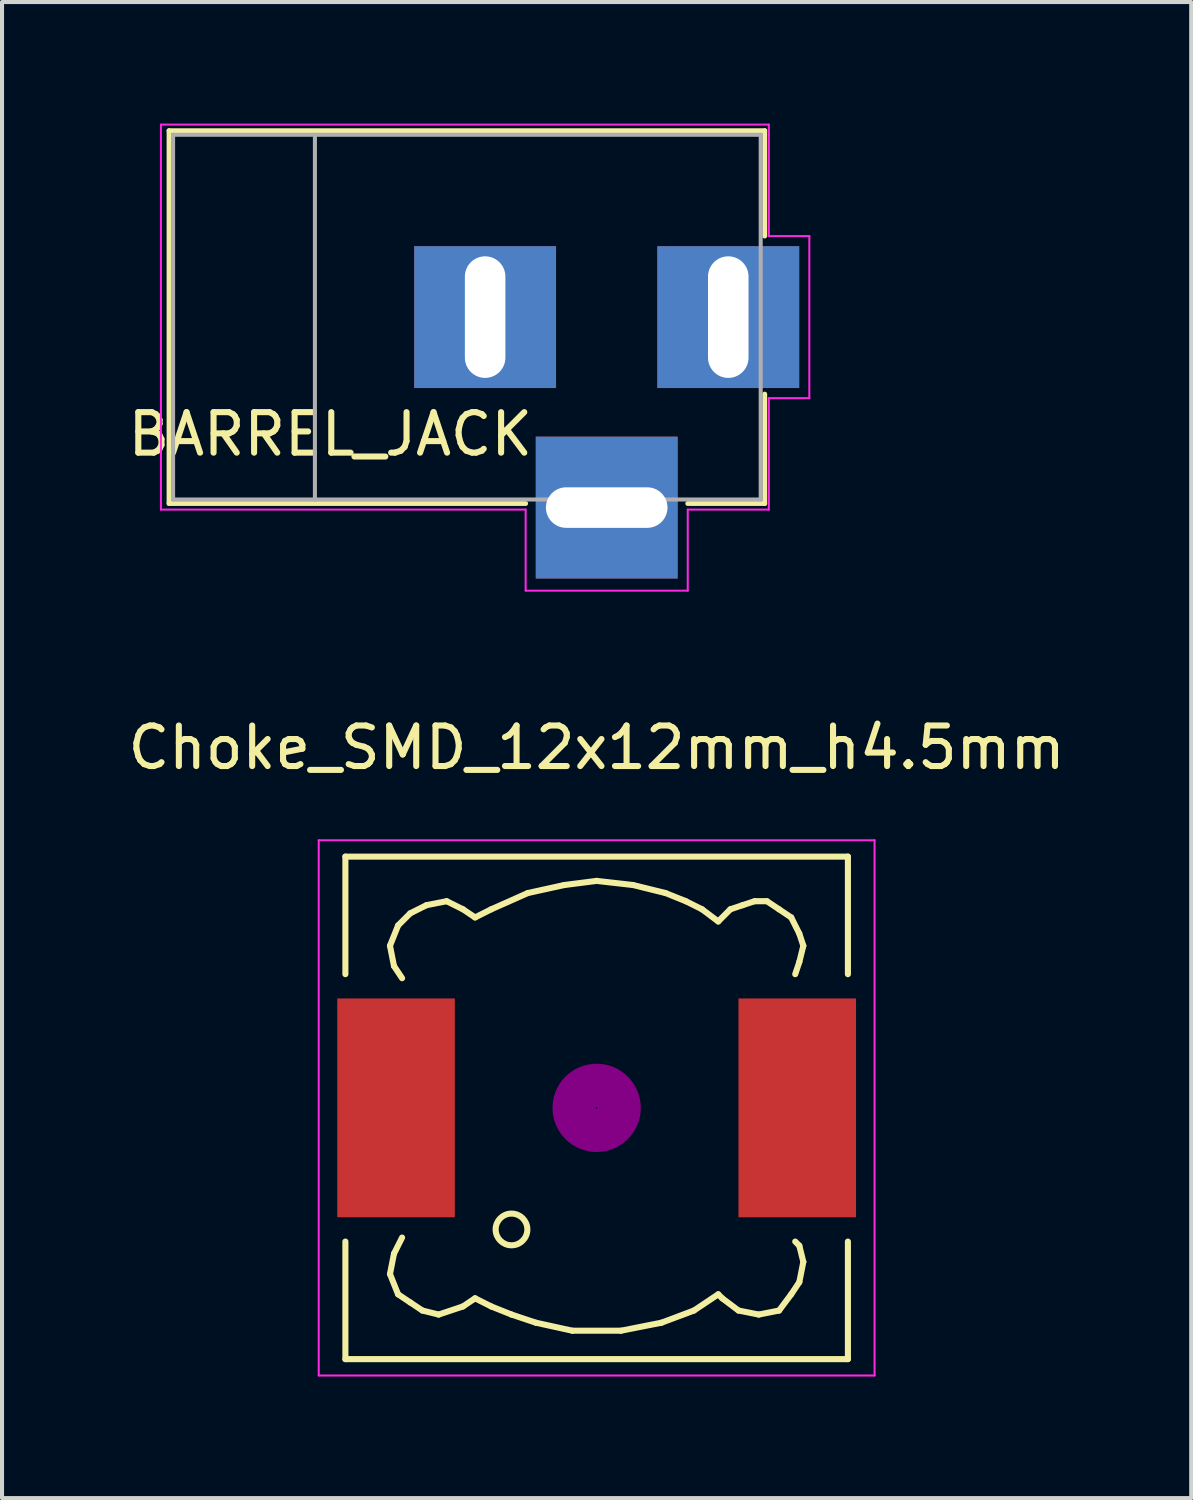
<source format=kicad_pcb>
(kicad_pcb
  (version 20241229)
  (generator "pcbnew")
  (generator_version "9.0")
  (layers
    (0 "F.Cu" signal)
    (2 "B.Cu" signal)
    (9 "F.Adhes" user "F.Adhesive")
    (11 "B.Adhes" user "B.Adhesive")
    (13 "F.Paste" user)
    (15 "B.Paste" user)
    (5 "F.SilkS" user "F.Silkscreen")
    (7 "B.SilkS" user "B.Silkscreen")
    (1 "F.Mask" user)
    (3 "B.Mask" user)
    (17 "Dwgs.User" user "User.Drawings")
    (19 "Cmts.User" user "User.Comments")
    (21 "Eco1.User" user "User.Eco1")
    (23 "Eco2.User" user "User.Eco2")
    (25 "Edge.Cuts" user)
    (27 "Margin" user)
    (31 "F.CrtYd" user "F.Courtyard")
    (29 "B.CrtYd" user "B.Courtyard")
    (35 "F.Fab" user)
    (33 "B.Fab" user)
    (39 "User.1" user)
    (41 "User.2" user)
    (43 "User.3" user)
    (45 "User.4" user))
  (footprint "Choke_SMD_12x12mm_h4.5mm"
    (layer "F.Cu")
    (at 11.673 24.288)
    (property "Reference" "Choke_SMD_12x12mm_h4.5mm" (at 0 -8.89 0) (layer "F.SilkS") (effects (font (size 1 1) (thickness 0.15))))
    (attr smd)
    (fp_line (start -6.2 -6.2) (end -6.2 -3.299) (stroke (width 0.15) (type solid)) (layer "F.SilkS"))
    (fp_line (start -6.2 3.299) (end -6.2 6.2) (stroke (width 0.15) (type solid)) (layer "F.SilkS"))
    (fp_line (start -6.2 6.2) (end 6.2 6.2) (stroke (width 0.15) (type solid)) (layer "F.SilkS"))
    (fp_line (start -5.1 -4) (end -5.001 -3.5) (stroke (width 0.15) (type solid)) (layer "F.SilkS"))
    (fp_line (start -5.1 4.1) (end -5.001 3.599) (stroke (width 0.15) (type solid)) (layer "F.SilkS"))
    (fp_line (start -5.001 -3.5) (end -4.801 -3.2) (stroke (width 0.15) (type solid)) (layer "F.SilkS"))
    (fp_line (start -5.001 3.599) (end -4.801 3.2) (stroke (width 0.15) (type solid)) (layer "F.SilkS"))
    (fp_line (start -4.9 -4.501) (end -5.1 -4) (stroke (width 0.15) (type solid)) (layer "F.SilkS"))
    (fp_line (start -4.9 4.6) (end -5.1 4.1) (stroke (width 0.15) (type solid)) (layer "F.SilkS"))
    (fp_line (start -4.6 -4.801) (end -4.9 -4.501) (stroke (width 0.15) (type solid)) (layer "F.SilkS"))
    (fp_line (start -4.6 4.801) (end -4.9 4.6) (stroke (width 0.15) (type solid)) (layer "F.SilkS"))
    (fp_line (start -4.3 5.001) (end -4.6 4.801) (stroke (width 0.15) (type solid)) (layer "F.SilkS"))
    (fp_line (start -4.201 -5.001) (end -4.6 -4.801) (stroke (width 0.15) (type solid)) (layer "F.SilkS"))
    (fp_line (start -3.899 5.1) (end -4.3 5.001) (stroke (width 0.15) (type solid)) (layer "F.SilkS"))
    (fp_line (start -3.701 -5.1) (end -4.201 -5.001) (stroke (width 0.15) (type solid)) (layer "F.SilkS"))
    (fp_line (start -3.299 -4.9) (end -3.701 -5.1) (stroke (width 0.15) (type solid)) (layer "F.SilkS"))
    (fp_line (start -3.299 4.9) (end -3.899 5.1) (stroke (width 0.15) (type solid)) (layer "F.SilkS"))
    (fp_line (start -3 -4.699) (end -3.299 -4.9) (stroke (width 0.15) (type solid)) (layer "F.SilkS"))
    (fp_line (start -3 4.699) (end -3.299 4.9) (stroke (width 0.15) (type solid)) (layer "F.SilkS"))
    (fp_line (start -2.601 -4.9) (end -3 -4.699) (stroke (width 0.15) (type solid)) (layer "F.SilkS"))
    (fp_line (start -2.601 4.9) (end -3 4.699) (stroke (width 0.15) (type solid)) (layer "F.SilkS"))
    (fp_line (start -2.101 5.1) (end -2.601 4.9) (stroke (width 0.15) (type solid)) (layer "F.SilkS"))
    (fp_line (start -1.699 -5.301) (end -2.601 -4.9) (stroke (width 0.15) (type solid)) (layer "F.SilkS"))
    (fp_line (start -1.501 5.301) (end -2.101 5.1) (stroke (width 0.15) (type solid)) (layer "F.SilkS"))
    (fp_line (start -0.8 -5.499) (end -1.699 -5.301) (stroke (width 0.15) (type solid)) (layer "F.SilkS"))
    (fp_line (start -0.599 5.499) (end -1.501 5.301) (stroke (width 0.15) (type solid)) (layer "F.SilkS"))
    (fp_line (start 0 -5.601) (end -0.8 -5.499) (stroke (width 0.15) (type solid)) (layer "F.SilkS"))
    (fp_line (start 0.599 5.499) (end -0.599 5.499) (stroke (width 0.15) (type solid)) (layer "F.SilkS"))
    (fp_line (start 0.899 -5.499) (end 0 -5.601) (stroke (width 0.15) (type solid)) (layer "F.SilkS"))
    (fp_line (start 1.6 5.301) (end 0.599 5.499) (stroke (width 0.15) (type solid)) (layer "F.SilkS"))
    (fp_line (start 1.699 -5.301) (end 0.899 -5.499) (stroke (width 0.15) (type solid)) (layer "F.SilkS"))
    (fp_line (start 2.2 -5.1) (end 1.699 -5.301) (stroke (width 0.15) (type solid)) (layer "F.SilkS"))
    (fp_line (start 2.4 5.001) (end 1.6 5.301) (stroke (width 0.15) (type solid)) (layer "F.SilkS"))
    (fp_line (start 2.601 -4.9) (end 2.2 -5.1) (stroke (width 0.15) (type solid)) (layer "F.SilkS"))
    (fp_line (start 3 -4.6) (end 2.601 -4.9) (stroke (width 0.15) (type solid)) (layer "F.SilkS"))
    (fp_line (start 3 4.6) (end 2.4 5.001) (stroke (width 0.15) (type solid)) (layer "F.SilkS"))
    (fp_line (start 3.099 4.699) (end 3 4.6) (stroke (width 0.15) (type solid)) (layer "F.SilkS"))
    (fp_line (start 3.299 -4.9) (end 3 -4.6) (stroke (width 0.15) (type solid)) (layer "F.SilkS"))
    (fp_line (start 3.5 5.001) (end 3.099 4.699) (stroke (width 0.15) (type solid)) (layer "F.SilkS"))
    (fp_line (start 3.599 -5.001) (end 3.299 -4.9) (stroke (width 0.15) (type solid)) (layer "F.SilkS"))
    (fp_line (start 3.899 -5.1) (end 3.599 -5.001) (stroke (width 0.15) (type solid)) (layer "F.SilkS"))
    (fp_line (start 4 5.1) (end 3.5 5.001) (stroke (width 0.15) (type solid)) (layer "F.SilkS"))
    (fp_line (start 4.201 -5.1) (end 3.899 -5.1) (stroke (width 0.15) (type solid)) (layer "F.SilkS"))
    (fp_line (start 4.501 -4.9) (end 4.201 -5.1) (stroke (width 0.15) (type solid)) (layer "F.SilkS"))
    (fp_line (start 4.501 5.001) (end 4 5.1) (stroke (width 0.15) (type solid)) (layer "F.SilkS"))
    (fp_line (start 4.801 -4.699) (end 4.501 -4.9) (stroke (width 0.15) (type solid)) (layer "F.SilkS"))
    (fp_line (start 4.801 4.6) (end 4.501 5.001) (stroke (width 0.15) (type solid)) (layer "F.SilkS"))
    (fp_line (start 4.9 -3.299) (end 5.001 -3.599) (stroke (width 0.15) (type solid)) (layer "F.SilkS"))
    (fp_line (start 4.9 3.299) (end 5.001 3.401) (stroke (width 0.15) (type solid)) (layer "F.SilkS"))
    (fp_line (start 5.001 -4.3) (end 4.801 -4.699) (stroke (width 0.15) (type solid)) (layer "F.SilkS"))
    (fp_line (start 5.001 -3.599) (end 5.1 -4) (stroke (width 0.15) (type solid)) (layer "F.SilkS"))
    (fp_line (start 5.001 3.401) (end 5.1 3.8) (stroke (width 0.15) (type solid)) (layer "F.SilkS"))
    (fp_line (start 5.001 4.3) (end 4.801 4.6) (stroke (width 0.15) (type solid)) (layer "F.SilkS"))
    (fp_line (start 5.1 -4) (end 5.001 -4.3) (stroke (width 0.15) (type solid)) (layer "F.SilkS"))
    (fp_line (start 5.1 3.8) (end 5.001 4.3) (stroke (width 0.15) (type solid)) (layer "F.SilkS"))
    (fp_line (start 6.2 -6.2) (end -6.2 -6.2) (stroke (width 0.15) (type solid)) (layer "F.SilkS"))
    (fp_line (start 6.2 -6.2) (end 6.2 -3.299) (stroke (width 0.15) (type solid)) (layer "F.SilkS"))
    (fp_line (start 6.2 6.2) (end 6.2 3.299) (stroke (width 0.15) (type solid)) (layer "F.SilkS"))
    (fp_circle (center -2.101 3) (end -1.801 3.251) (stroke (width 0.15) (type solid)) (fill no) (layer "F.SilkS"))
    (fp_circle (center 0 0) (end 0.15 0.15) (stroke (width 0.381) (type solid)) (fill no) (layer "F.Adhes"))
    (fp_circle (center 0 0) (end 0.551 0) (stroke (width 0.381) (type solid)) (fill no) (layer "F.Adhes"))
    (fp_circle (center 0 0) (end 0.899 0) (stroke (width 0.381) (type solid)) (fill no) (layer "F.Adhes"))
    (fp_line (start -6.858 -6.604) (end 6.858 -6.604) (stroke (width 0.05) (type solid)) (layer "F.CrtYd"))
    (fp_line (start -6.858 6.604) (end -6.858 -6.604) (stroke (width 0.05) (type solid)) (layer "F.CrtYd"))
    (fp_line (start 6.858 -6.604) (end 6.858 6.604) (stroke (width 0.05) (type solid)) (layer "F.CrtYd"))
    (fp_line (start 6.858 6.604) (end -6.858 6.604) (stroke (width 0.05) (type solid)) (layer "F.CrtYd"))
    (pad "1" smd rect (at -4.95 0) (size 2.901 5.4) (layers "F.Cu" "F.Mask" "F.Paste"))
    (pad "2" smd rect (at 4.95 0) (size 2.901 5.4) (layers "F.Cu" "F.Mask" "F.Paste")))
  (footprint "BARREL_JACK"
    (layer "F.Cu")
    (at 14.921 4.775)
    (property "Reference" "BARREL_JACK" (at -9.82 2.89 180) (layer "F.SilkS") (effects (font (size 1 1) (thickness 0.15))))
    (attr through_hole)
    (fp_line (start -13.8 -4.6) (end 0.9 -4.6) (stroke (width 0.12) (type solid)) (layer "F.SilkS"))
    (fp_line (start -13.8 4.6) (end -13.8 -4.6) (stroke (width 0.12) (type solid)) (layer "F.SilkS"))
    (fp_line (start -5 4.6) (end -13.8 4.6) (stroke (width 0.12) (type solid)) (layer "F.SilkS"))
    (fp_line (start 0.9 -4.6) (end 0.9 -2) (stroke (width 0.12) (type solid)) (layer "F.SilkS"))
    (fp_line (start 0.9 1.9) (end 0.9 4.6) (stroke (width 0.12) (type solid)) (layer "F.SilkS"))
    (fp_line (start 0.9 4.6) (end -1 4.6) (stroke (width 0.12) (type solid)) (layer "F.SilkS"))
    (fp_line (start -14 4.75) (end -14 -4.75) (stroke (width 0.05) (type solid)) (layer "F.CrtYd"))
    (fp_line (start -5 4.75) (end -14 4.75) (stroke (width 0.05) (type solid)) (layer "F.CrtYd"))
    (fp_line (start -5 6.75) (end -5 4.75) (stroke (width 0.05) (type solid)) (layer "F.CrtYd"))
    (fp_line (start -1 4.75) (end -1 6.75) (stroke (width 0.05) (type solid)) (layer "F.CrtYd"))
    (fp_line (start -1 6.75) (end -5 6.75) (stroke (width 0.05) (type solid)) (layer "F.CrtYd"))
    (fp_line (start 1 -4.75) (end -14 -4.75) (stroke (width 0.05) (type solid)) (layer "F.CrtYd"))
    (fp_line (start 1 -4.5) (end 1 -4.75) (stroke (width 0.05) (type solid)) (layer "F.CrtYd"))
    (fp_line (start 1 -4.5) (end 1 -2) (stroke (width 0.05) (type solid)) (layer "F.CrtYd"))
    (fp_line (start 1 -2) (end 2 -2) (stroke (width 0.05) (type solid)) (layer "F.CrtYd"))
    (fp_line (start 1 2) (end 1 4.75) (stroke (width 0.05) (type solid)) (layer "F.CrtYd"))
    (fp_line (start 1 4.75) (end -1 4.75) (stroke (width 0.05) (type solid)) (layer "F.CrtYd"))
    (fp_line (start 2 -2) (end 2 2) (stroke (width 0.05) (type solid)) (layer "F.CrtYd"))
    (fp_line (start 2 2) (end 1 2) (stroke (width 0.05) (type solid)) (layer "F.CrtYd"))
    (fp_line (start -13.7 -4.5) (end -13.7 4.5) (stroke (width 0.1) (type solid)) (layer "F.Fab"))
    (fp_line (start -13.7 4.5) (end 0.8 4.5) (stroke (width 0.1) (type solid)) (layer "F.Fab"))
    (fp_line (start -10.2 -4.5) (end -10.2 4.5) (stroke (width 0.1) (type solid)) (layer "F.Fab"))
    (fp_line (start 0.8 -4.5) (end -13.7 -4.5) (stroke (width 0.1) (type solid)) (layer "F.Fab"))
    (fp_line (start 0.8 4.5) (end 0.8 -4.5) (stroke (width 0.1) (type solid)) (layer "F.Fab"))
    (pad "1" thru_hole rect (at 0 0) (size 3.5 3.5) (drill oval 1 3) (layers "*.Cu" "*.Mask"))
    (pad "2" thru_hole rect (at -6 0) (size 3.5 3.5) (drill oval 1 3) (layers "*.Cu" "*.Mask"))
    (pad "3" thru_hole rect (at -3 4.7) (size 3.5 3.5) (drill oval 3 1) (layers "*.Cu" "*.Mask")))
  (gr_rect
    (start -3 -3)
    (end 26.345 33.917)
    (stroke (width 0.1) (type default))
    (fill no)
    (layer "Edge.Cuts")))
</source>
